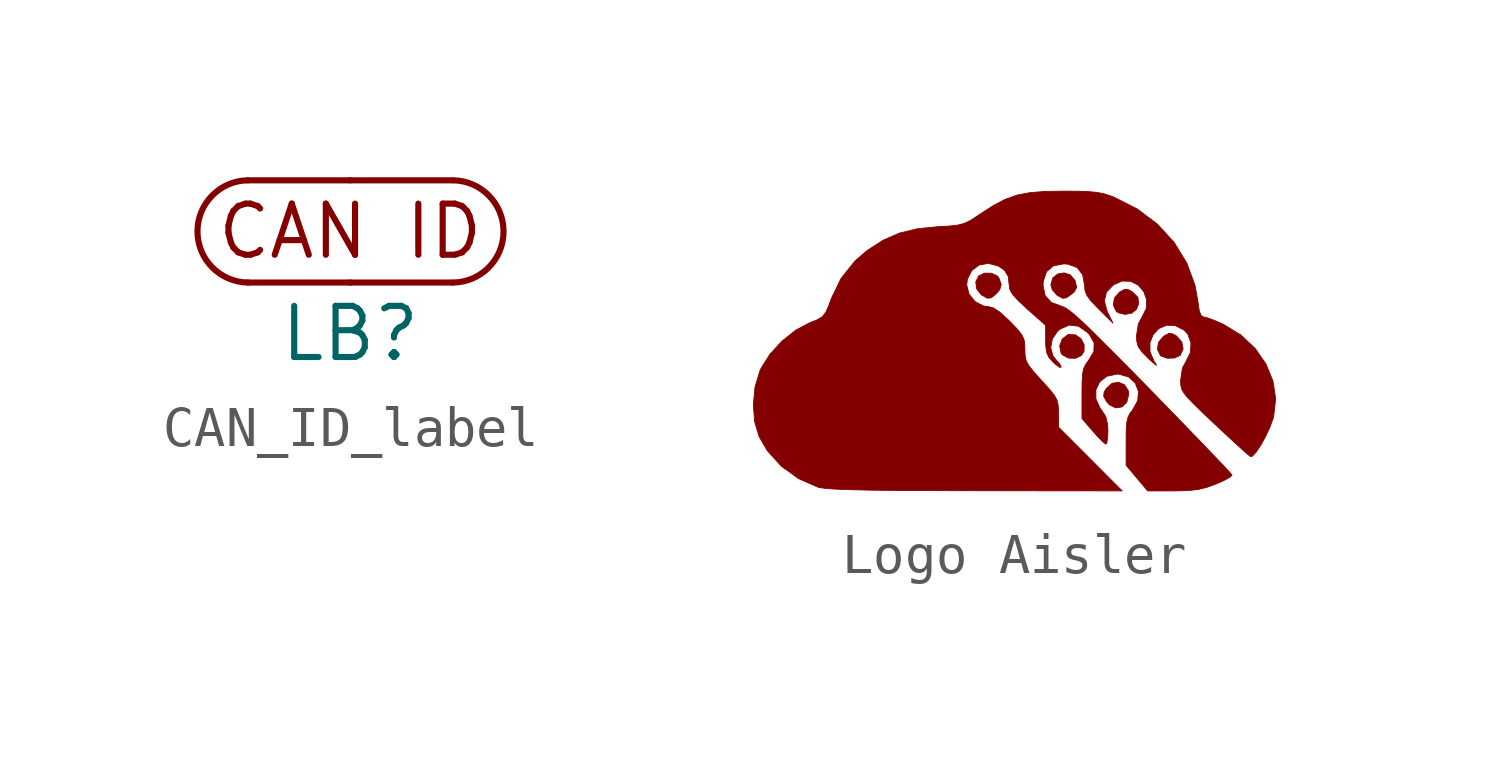
<source format=kicad_sym>
(kicad_symbol_lib
  (version 20220914)
  (generator kicad_symbol_editor)
  (symbol "CAN_ID_label"
    (property "Reference" "LB"
      (at 0 -2.54 0)
      (effects (font (size 1.27 1.27))))
    (property "Value" ""
      (at 0 0 0)
      (effects (font (size 1.27 1.27))))
    (symbol "CAN_ID_label_0_1"
      (arc (start -2.54 1.27) (mid -3.7942 0) (end -2.54 -1.27) (stroke (width 0) (type default)) (fill (type none)))
      (polyline (pts (xy -2.54 -1.27) (xy 0 -1.27)) (stroke (width 0) (type default)) (fill (type none)))
      (polyline (pts (xy -2.54 1.27) (xy 0 1.27)) (stroke (width 0) (type default)) (fill (type none)))
      (polyline (pts (xy 0 -1.27) (xy 2.54 -1.27)) (stroke (width 0) (type default)) (fill (type none)))
      (polyline (pts (xy 0 1.27) (xy 2.54 1.27)) (stroke (width 0) (type default)) (fill (type none)))
      (arc (start 2.5559 -1.27) (mid 3.8101 0) (end 2.5559 1.27) (stroke (width 0) (type default)) (fill (type none))))
    (symbol "CAN_ID_label_1_1"
      (text "CAN ID" (at 0 0 0) (effects (font (size 1.27 1.27))))))
  (symbol "Logo Aisler"
    (pin_numbers hide)
    (pin_names
      (offset 0) hide)
    (property "Reference" "#G"
      (at 0 5.08 0)
      (effects (font (size 1.27 1.27)) hide))
    (symbol "Logo Aisler_0_0"
      (polyline (pts (xy 1.663 -0.374) (xy 1.728 -0.269) (xy 1.729 -0.107) (xy 1.651 0.04) (xy 1.515 0.136) (xy 1.344 0.145) (xy 1.324 0.139) (xy 1.185 0.032) (xy 1.122 -0.136) (xy 1.156 -0.314) (xy 1.191 -0.361) (xy 1.338 -0.44) (xy 1.515 -0.446) (xy 1.663 -0.374)) (stroke (width 0.01) (type default)) (fill (type outline)))
      (polyline (pts (xy 2.67 -1.654) (xy 2.789 -1.539) (xy 2.837 -1.343) (xy 2.824 -1.247) (xy 2.732 -1.104) (xy 2.586 -1.041) (xy 2.424 -1.067) (xy 2.283 -1.193) (xy 2.225 -1.29) (xy 2.215 -1.389) (xy 2.283 -1.515) (xy 2.354 -1.599) (xy 2.513 -1.677) (xy 2.67 -1.654)) (stroke (width 0.01) (type default)) (fill (type outline)))
      (polyline (pts (xy -0.574 1.056) (xy -0.451 1.16) (xy -0.364 1.262) (xy -0.329 1.39) (xy -0.389 1.552) (xy -0.428 1.599) (xy -0.573 1.667) (xy -0.747 1.668) (xy -0.89 1.599) (xy -0.962 1.449) (xy -0.938 1.275) (xy -0.824 1.132) (xy -0.814 1.125) (xy -0.675 1.046) (xy -0.574 1.056)) (stroke (width 0.01) (type default)) (fill (type outline)))
      (polyline (pts (xy 2.914 0.675) (xy 3.028 0.769) (xy 3.082 0.904) (xy 3.067 1.065) (xy 2.933 1.199) (xy 2.836 1.256) (xy 2.737 1.267) (xy 2.611 1.199) (xy 2.603 1.193) (xy 2.481 1.048) (xy 2.453 0.875) (xy 2.527 0.722) (xy 2.581 0.683) (xy 2.745 0.645) (xy 2.914 0.675)) (stroke (width 0.01) (type default)) (fill (type outline)))
      (polyline (pts (xy 1.294 1.058) (xy 1.426 1.154) (xy 1.49 1.21) (xy 1.543 1.314) (xy 1.512 1.46) (xy 1.502 1.487) (xy 1.389 1.623) (xy 1.234 1.675) (xy 1.075 1.649) (xy 0.952 1.55) (xy 0.903 1.382) (xy 0.937 1.26) (xy 1.046 1.132) (xy 1.08 1.108) (xy 1.198 1.044) (xy 1.294 1.058)) (stroke (width 0.01) (type default)) (fill (type outline)))
      (polyline (pts (xy 3.973 -0.439) (xy 4.113 -0.374) (xy 4.119 -0.367) (xy 4.188 -0.212) (xy 4.155 -0.04) (xy 4.029 0.103) (xy 3.932 0.16) (xy 3.833 0.171) (xy 3.707 0.103) (xy 3.699 0.097) (xy 3.577 -0.048) (xy 3.549 -0.221) (xy 3.623 -0.374) (xy 3.64 -0.389) (xy 3.792 -0.444) (xy 3.973 -0.439)) (stroke (width 0.01) (type default)) (fill (type outline)))
      (polyline (pts (xy 3.994 -3.739) (xy 4.311 -3.731) (xy 4.552 -3.705) (xy 4.766 -3.654) (xy 4.998 -3.57) (xy 5.017 -3.562) (xy 5.218 -3.472) (xy 5.356 -3.394) (xy 5.402 -3.345) (xy 5.376 -3.312) (xy 5.269 -3.195) (xy 5.087 -3.002) (xy 4.84 -2.744) (xy 4.537 -2.429) (xy 4.188 -2.067) (xy 3.8 -1.668) (xy 3.385 -1.241) (xy 2.892 -0.738) (xy 2.475 -0.316) (xy 2.132 0.027) (xy 1.855 0.299) (xy 1.635 0.507) (xy 1.465 0.658) (xy 1.337 0.759) (xy 1.244 0.819) (xy 1.177 0.844) (xy 0.919 0.939) (xy 0.762 1.11) (xy 0.709 1.357) (xy 0.716 1.47) (xy 0.797 1.706) (xy 0.968 1.85) (xy 1.225 1.899) (xy 1.33 1.892) (xy 1.556 1.808) (xy 1.694 1.629) (xy 1.741 1.361) (xy 1.751 1.238) (xy 1.8 1.112) (xy 1.907 0.969) (xy 2.093 0.776) (xy 2.445 0.428) (xy 2.317 0.688) (xy 2.3 0.722) (xy 2.232 0.981) (xy 2.285 1.198) (xy 2.46 1.38) (xy 2.673 1.473) (xy 2.886 1.465) (xy 3.071 1.371) (xy 3.21 1.212) (xy 3.283 1.01) (xy 3.272 0.786) (xy 3.159 0.563) (xy 3.076 0.408) (xy 3.03 0.116) (xy 3.036 -0.019) (xy 3.073 -0.154) (xy 3.163 -0.284) (xy 3.331 -0.454) (xy 3.357 -0.478) (xy 3.484 -0.592) (xy 3.53 -0.619) (xy 3.492 -0.555) (xy 3.468 -0.521) (xy 3.366 -0.285) (xy 3.364 -0.057) (xy 3.443 0.142) (xy 3.586 0.293) (xy 3.774 0.375) (xy 3.989 0.368) (xy 4.214 0.253) (xy 4.307 0.149) (xy 4.383 -0.067) (xy 4.366 -0.308) (xy 4.255 -0.533) (xy 4.171 -0.687) (xy 4.126 -0.988) (xy 4.126 -1.023) (xy 4.131 -1.122) (xy 4.153 -1.211) (xy 4.205 -1.306) (xy 4.3 -1.423) (xy 4.45 -1.579) (xy 4.668 -1.791) (xy 4.967 -2.074) (xy 5.214 -2.305) (xy 5.461 -2.534) (xy 5.663 -2.717) (xy 5.803 -2.84) (xy 5.867 -2.889) (xy 5.906 -2.878) (xy 5.998 -2.78) (xy 6.113 -2.61) (xy 6.233 -2.394) (xy 6.341 -2.163) (xy 6.421 -1.944) (xy 6.437 -1.888) (xy 6.486 -1.452) (xy 6.42 -1.014) (xy 6.247 -0.591) (xy 5.978 -0.203) (xy 5.622 0.133) (xy 5.19 0.396) (xy 4.991 0.484) (xy 4.808 0.554) (xy 4.699 0.58) (xy 4.696 0.58) (xy 4.632 0.617) (xy 4.588 0.735) (xy 4.556 0.96) (xy 4.484 1.362) (xy 4.279 1.92) (xy 3.966 2.43) (xy 3.553 2.882) (xy 3.052 3.26) (xy 2.472 3.554) (xy 2.387 3.587) (xy 2.225 3.639) (xy 2.055 3.673) (xy 1.846 3.693) (xy 1.569 3.703) (xy 1.193 3.705) (xy 0.782 3.699) (xy 0.392 3.669) (xy 0.067 3.607) (xy -0.228 3.503) (xy -0.526 3.347) (xy -0.863 3.129) (xy -0.925 3.087) (xy -1.098 2.975) (xy -1.244 2.905) (xy -1.401 2.863) (xy -1.608 2.839) (xy -1.905 2.822) (xy -2.409 2.771) (xy -2.855 2.664) (xy -3.259 2.488) (xy -3.661 2.229) (xy -3.959 1.972) (xy -4.307 1.537) (xy -4.548 1.04) (xy -4.609 0.871) (xy -4.685 0.697) (xy -4.769 0.589) (xy -4.89 0.514) (xy -5.078 0.439) (xy -5.082 0.438) (xy -5.432 0.253) (xy -5.775 -0.021) (xy -6.076 -0.349) (xy -6.295 -0.697) (xy -6.325 -0.763) (xy -6.443 -1.163) (xy -6.485 -1.598) (xy -6.452 -2.023) (xy -6.341 -2.393) (xy -6.136 -2.742) (xy -5.789 -3.126) (xy -5.362 -3.434) (xy -4.881 -3.646) (xy -4.842 -3.656) (xy -4.726 -3.673) (xy -4.552 -3.688) (xy -4.311 -3.701) (xy -3.995 -3.711) (xy -3.594 -3.72) (xy -3.1 -3.726) (xy -2.503 -3.73) (xy -1.796 -3.733) (xy -0.968 -3.735) (xy 2.674 -3.739) (xy 1.885 -2.948) (xy 1.096 -2.158) (xy 1.093 -1.804) (xy 1.093 -1.773) (xy 1.085 -1.613) (xy 1.057 -1.487) (xy 0.99 -1.365) (xy 0.868 -1.213) (xy 0.674 -0.999) (xy 0.672 -0.997) (xy 0.479 -0.782) (xy 0.357 -0.629) (xy 0.291 -0.507) (xy 0.264 -0.383) (xy 0.258 -0.228) (xy 0.257 -0.12) (xy 0.238 0.017) (xy 0.183 0.137) (xy 0.073 0.275) (xy -0.111 0.466) (xy -0.146 0.501) (xy -0.361 0.698) (xy -0.524 0.805) (xy -0.655 0.838) (xy -0.767 0.852) (xy -0.977 0.961) (xy -1.128 1.146) (xy -1.186 1.375) (xy -1.169 1.52) (xy -1.061 1.734) (xy -0.878 1.87) (xy -0.649 1.912) (xy -0.399 1.844) (xy -0.249 1.743) (xy -0.155 1.588) (xy -0.129 1.355) (xy -0.112 1.256) (xy -0.042 1.136) (xy 0.097 0.982) (xy 0.322 0.774) (xy 0.774 0.374) (xy 0.774 0.005) (xy 0.775 -0.116) (xy 0.796 -0.296) (xy 0.854 -0.423) (xy 0.967 -0.548) (xy 1.02 -0.596) (xy 1.12 -0.669) (xy 1.16 -0.667) (xy 1.128 -0.593) (xy 1.032 -0.483) (xy 0.958 -0.392) (xy 0.9 -0.186) (xy 0.94 0.035) (xy 1.073 0.229) (xy 1.133 0.279) (xy 1.358 0.379) (xy 1.587 0.352) (xy 1.81 0.198) (xy 1.857 0.149) (xy 1.978 -0.063) (xy 1.972 -0.278) (xy 1.837 -0.504) (xy 1.772 -0.589) (xy 1.721 -0.691) (xy 1.692 -0.825) (xy 1.679 -1.024) (xy 1.676 -1.319) (xy 1.676 -1.942) (xy 1.95 -2.26) (xy 2.089 -2.415) (xy 2.209 -2.533) (xy 2.272 -2.579) (xy 2.29 -2.555) (xy 2.312 -2.436) (xy 2.321 -2.249) (xy 2.314 -2.089) (xy 2.267 -1.895) (xy 2.16 -1.729) (xy 2.13 -1.691) (xy 2.022 -1.457) (xy 2.021 -1.228) (xy 2.116 -1.03) (xy 2.296 -0.891) (xy 2.546 -0.838) (xy 2.594 -0.84) (xy 2.833 -0.909) (xy 2.999 -1.06) (xy 3.079 -1.265) (xy 3.061 -1.498) (xy 2.933 -1.729) (xy 2.879 -1.797) (xy 2.822 -1.901) (xy 2.79 -2.032) (xy 2.775 -2.224) (xy 2.772 -2.512) (xy 2.772 -3.103) (xy 3.04 -3.421) (xy 3.308 -3.739) (xy 3.942 -3.739) (xy 3.994 -3.739)) (stroke (width 0.01) (type default)) (fill (type outline))))))
</source>
